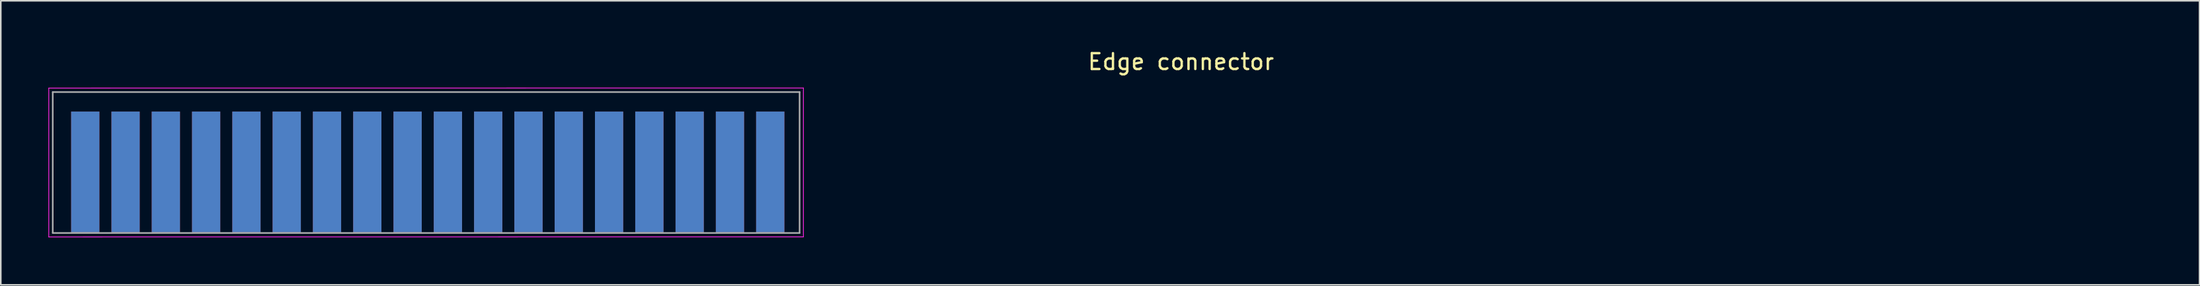
<source format=kicad_pcb>
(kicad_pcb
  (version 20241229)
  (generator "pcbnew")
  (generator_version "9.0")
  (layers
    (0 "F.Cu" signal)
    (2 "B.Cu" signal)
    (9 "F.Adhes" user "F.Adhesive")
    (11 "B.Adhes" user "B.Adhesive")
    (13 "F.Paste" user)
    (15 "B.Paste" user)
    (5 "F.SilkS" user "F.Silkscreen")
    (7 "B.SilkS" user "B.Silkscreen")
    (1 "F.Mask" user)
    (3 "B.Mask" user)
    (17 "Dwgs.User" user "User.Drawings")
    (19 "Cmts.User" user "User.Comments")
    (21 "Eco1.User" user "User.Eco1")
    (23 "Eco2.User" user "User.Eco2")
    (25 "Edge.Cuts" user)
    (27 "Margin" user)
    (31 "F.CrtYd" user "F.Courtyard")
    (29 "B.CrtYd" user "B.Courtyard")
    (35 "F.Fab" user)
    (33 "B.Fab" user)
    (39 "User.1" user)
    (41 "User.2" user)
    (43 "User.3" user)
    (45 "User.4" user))
  (footprint "Edge connector"
    (layer "F.Cu")
    (at 132.355 7.838)
    (property "Reference" "Edge connector" (at -60.96 -6.99 0) (layer "F.SilkS") (effects (font (size 1 1) (thickness 0.15))))
    (attr exclude_from_pos_files exclude_from_bom)
    (fp_line (start -132.33 -5.33) (end -132.33 4.06) (stroke (width 0.05) (type solid)) (layer "F.CrtYd"))
    (fp_line (start -132.33 -5.33) (end -84.76 -5.335) (stroke (width 0.05) (type solid)) (layer "F.CrtYd"))
    (fp_line (start -84.76 -5.335) (end -84.76 4.055) (stroke (width 0.05) (type solid)) (layer "F.CrtYd"))
    (fp_line (start -84.76 4.055) (end -132.33 4.06) (stroke (width 0.05) (type solid)) (layer "F.CrtYd"))
    (fp_line (start -132.08 -5.08) (end -85 -5.08) (stroke (width 0.1) (type solid)) (layer "F.Fab"))
    (fp_line (start -132.08 3.81) (end -132.08 -5.08) (stroke (width 0.1) (type solid)) (layer "F.Fab"))
    (fp_line (start -85 3.81) (end -132.08 3.81) (stroke (width 0.1) (type solid)) (layer "F.Fab"))
    (fp_line (start -85 3.81) (end -85 -5.08) (stroke (width 0.1) (type solid)) (layer "F.Fab"))
    (pad "63" connect rect (at -86.85 -0.04) (size 1.78 7.62) (layers "B.Cu" "B.Mask"))
    (pad "64" connect rect (at -89.39 -0.04) (size 1.78 7.62) (layers "B.Cu" "B.Mask"))
    (pad "65" connect rect (at -91.93 -0.04) (size 1.78 7.62) (layers "B.Cu" "B.Mask"))
    (pad "66" connect rect (at -94.47 -0.04) (size 1.78 7.62) (layers "B.Cu" "B.Mask"))
    (pad "67" connect rect (at -97.01 -0.04) (size 1.78 7.62) (layers "B.Cu" "B.Mask"))
    (pad "68" connect rect (at -99.55 -0.04) (size 1.78 7.62) (layers "B.Cu" "B.Mask"))
    (pad "69" connect rect (at -102.09 -0.04) (size 1.78 7.62) (layers "B.Cu" "B.Mask"))
    (pad "70" connect rect (at -104.63 -0.04) (size 1.78 7.62) (layers "B.Cu" "B.Mask"))
    (pad "71" connect rect (at -107.17 -0.04) (size 1.78 7.62) (layers "B.Cu" "B.Mask"))
    (pad "72" connect rect (at -109.71 -0.04) (size 1.78 7.62) (layers "B.Cu" "B.Mask"))
    (pad "73" connect rect (at -112.25 -0.04) (size 1.78 7.62) (layers "B.Cu" "B.Mask"))
    (pad "74" connect rect (at -114.79 -0.04) (size 1.78 7.62) (layers "B.Cu" "B.Mask"))
    (pad "75" connect rect (at -117.33 -0.04) (size 1.78 7.62) (layers "B.Cu" "B.Mask"))
    (pad "76" connect rect (at -119.87 -0.04) (size 1.78 7.62) (layers "B.Cu" "B.Mask"))
    (pad "77" connect rect (at -122.41 -0.04) (size 1.78 7.62) (layers "B.Cu" "B.Mask"))
    (pad "78" connect rect (at -124.95 -0.04) (size 1.78 7.62) (layers "B.Cu" "B.Mask"))
    (pad "79" connect rect (at -127.49 -0.04) (size 1.78 7.62) (layers "B.Cu" "B.Mask"))
    (pad "80" connect rect (at -130.03 -0.04) (size 1.78 7.62) (layers "B.Cu" "B.Mask"))
    (pad "81" connect rect (at -86.85 -0.04) (size 1.78 7.62) (layers "F.Cu" "F.Mask"))
    (pad "82" connect rect (at -89.39 -0.04) (size 1.78 7.62) (layers "F.Cu" "F.Mask"))
    (pad "83" connect rect (at -91.93 -0.04) (size 1.78 7.62) (layers "F.Cu" "F.Mask"))
    (pad "84" connect rect (at -94.47 -0.04) (size 1.78 7.62) (layers "F.Cu" "F.Mask"))
    (pad "85" connect rect (at -97.01 -0.04) (size 1.78 7.62) (layers "F.Cu" "F.Mask"))
    (pad "86" connect rect (at -99.55 -0.04) (size 1.78 7.62) (layers "F.Cu" "F.Mask"))
    (pad "87" connect rect (at -102.09 -0.04) (size 1.78 7.62) (layers "F.Cu" "F.Mask"))
    (pad "88" connect rect (at -104.63 -0.04) (size 1.78 7.62) (layers "F.Cu" "F.Mask"))
    (pad "89" connect rect (at -107.17 -0.04) (size 1.78 7.62) (layers "F.Cu" "F.Mask"))
    (pad "90" connect rect (at -109.71 -0.04) (size 1.78 7.62) (layers "F.Cu" "F.Mask"))
    (pad "91" connect rect (at -112.25 -0.04) (size 1.78 7.62) (layers "F.Cu" "F.Mask"))
    (pad "92" connect rect (at -114.79 -0.04) (size 1.78 7.62) (layers "F.Cu" "F.Mask"))
    (pad "93" connect rect (at -117.33 -0.04) (size 1.78 7.62) (layers "F.Cu" "F.Mask"))
    (pad "94" connect rect (at -119.87 -0.04) (size 1.78 7.62) (layers "F.Cu" "F.Mask"))
    (pad "95" connect rect (at -122.41 -0.04) (size 1.78 7.62) (layers "F.Cu" "F.Mask"))
    (pad "96" connect rect (at -124.95 -0.04) (size 1.78 7.62) (layers "F.Cu" "F.Mask"))
    (pad "97" connect rect (at -127.49 -0.04) (size 1.78 7.62) (layers "F.Cu" "F.Mask"))
    (pad "98" connect rect (at -130.03 -0.04) (size 1.78 7.62) (layers "F.Cu" "F.Mask")))
  (gr_rect
    (start -3 -3)
    (end 135.605 14.923)
    (stroke (width 0.1) (type default))
    (fill no)
    (layer "Edge.Cuts")))
</source>
